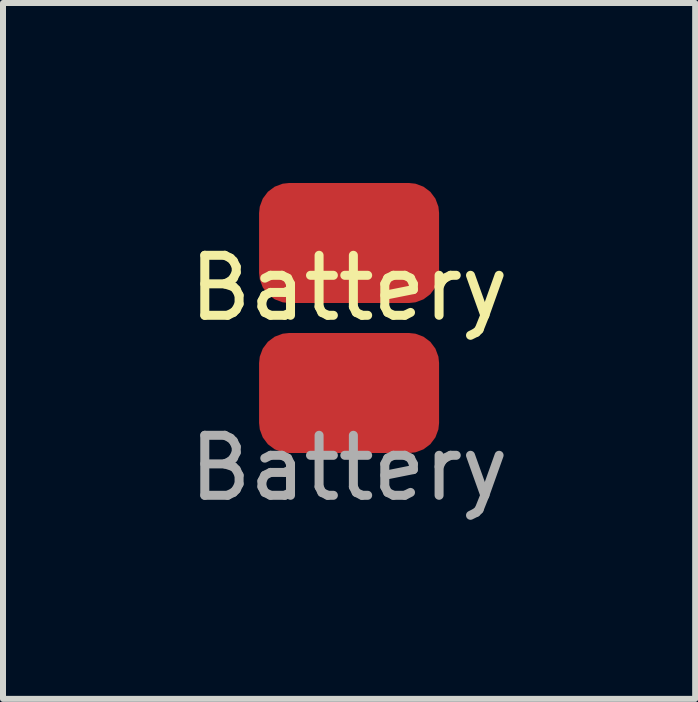
<source format=kicad_pcb>
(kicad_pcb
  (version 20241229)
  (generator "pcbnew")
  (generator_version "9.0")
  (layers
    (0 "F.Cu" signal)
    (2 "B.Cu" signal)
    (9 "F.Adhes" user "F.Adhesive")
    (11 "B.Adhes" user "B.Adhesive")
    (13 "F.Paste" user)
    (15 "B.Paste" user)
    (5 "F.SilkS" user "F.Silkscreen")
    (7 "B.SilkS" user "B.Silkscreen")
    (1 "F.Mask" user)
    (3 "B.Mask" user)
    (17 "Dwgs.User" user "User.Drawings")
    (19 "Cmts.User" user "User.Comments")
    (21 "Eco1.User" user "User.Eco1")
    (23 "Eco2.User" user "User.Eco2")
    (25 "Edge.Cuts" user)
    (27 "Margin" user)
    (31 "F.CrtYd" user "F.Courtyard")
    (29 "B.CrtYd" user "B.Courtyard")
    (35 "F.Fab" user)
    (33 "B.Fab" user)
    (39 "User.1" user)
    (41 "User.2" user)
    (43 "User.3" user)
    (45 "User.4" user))
  (footprint "Battery"
    (layer "F.Cu")
    (at 2.768 2.25)
    (property "Reference" "Battery" (at 0 -0.5 0) (unlocked yes) (layer "F.SilkS") (effects (font (size 1 1) (thickness 0.15))))
    (attr smd)
    (fp_text user "${REFERENCE}" (at 0 2.5 0) (unlocked yes) (layer "F.Fab") (effects (font (size 1 1) (thickness 0.15))))
    (pad "1" smd roundrect (at 0 -1.25) (size 3 2) (layers "F.Cu" "F.Mask" "F.Paste") (roundrect_rratio 0.25))
    (pad "2" smd roundrect (at 0 1.25) (size 3 2) (layers "F.Cu" "F.Mask" "F.Paste") (roundrect_rratio 0.25)))
  (gr_rect
    (start -3 -3)
    (end 8.536 8.598)
    (stroke (width 0.1) (type default))
    (fill no)
    (layer "Edge.Cuts")))
</source>
